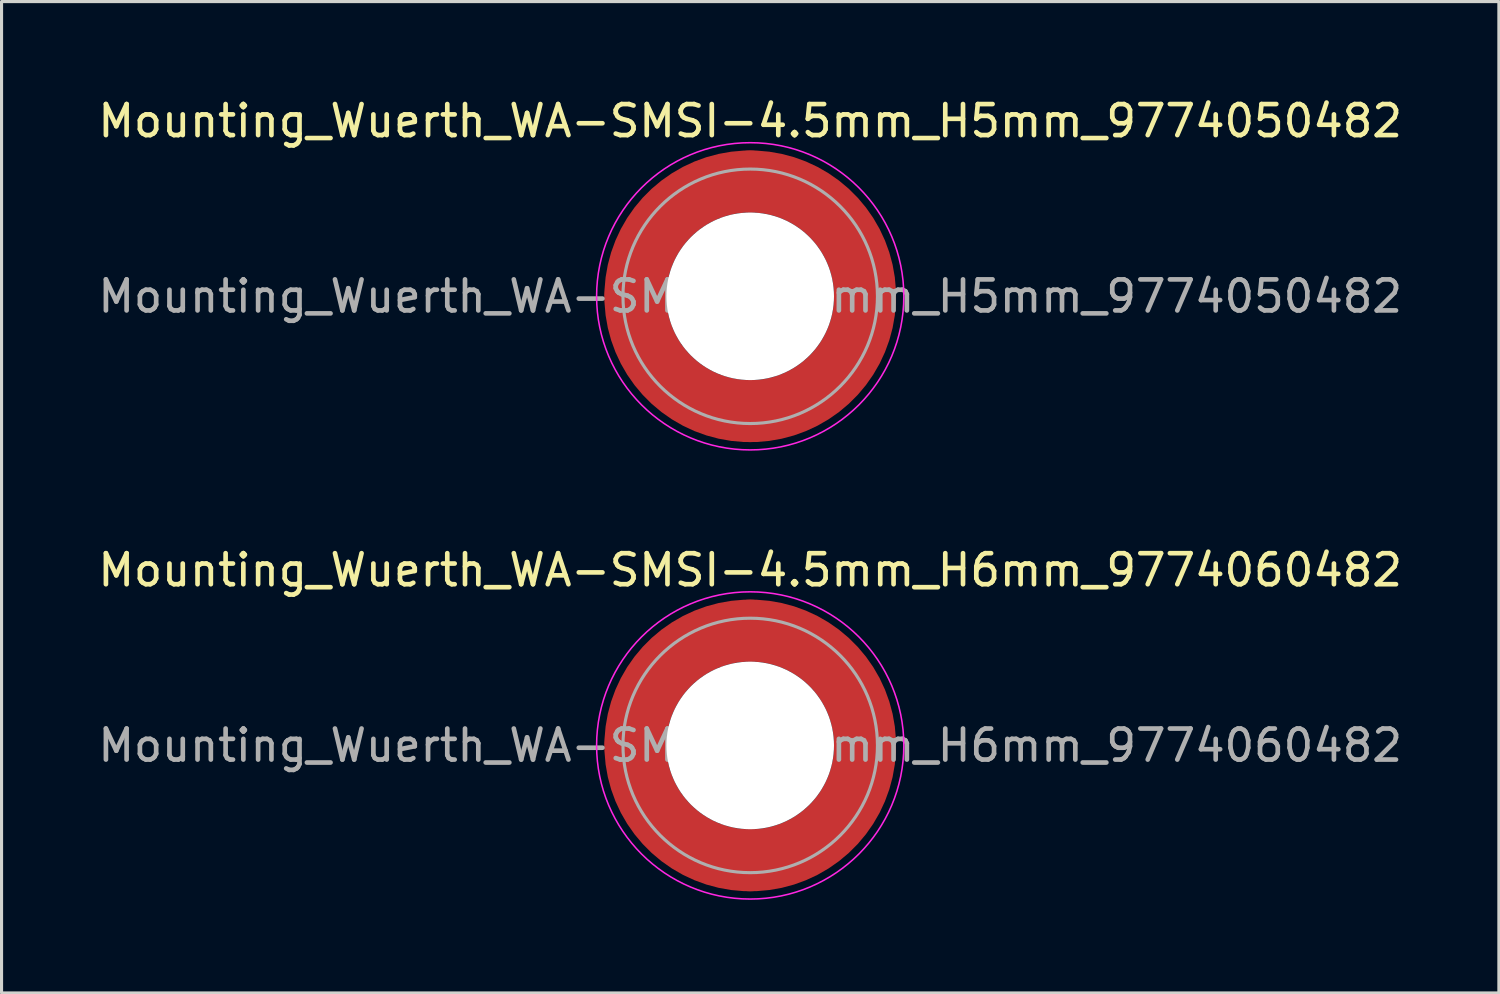
<source format=kicad_pcb>
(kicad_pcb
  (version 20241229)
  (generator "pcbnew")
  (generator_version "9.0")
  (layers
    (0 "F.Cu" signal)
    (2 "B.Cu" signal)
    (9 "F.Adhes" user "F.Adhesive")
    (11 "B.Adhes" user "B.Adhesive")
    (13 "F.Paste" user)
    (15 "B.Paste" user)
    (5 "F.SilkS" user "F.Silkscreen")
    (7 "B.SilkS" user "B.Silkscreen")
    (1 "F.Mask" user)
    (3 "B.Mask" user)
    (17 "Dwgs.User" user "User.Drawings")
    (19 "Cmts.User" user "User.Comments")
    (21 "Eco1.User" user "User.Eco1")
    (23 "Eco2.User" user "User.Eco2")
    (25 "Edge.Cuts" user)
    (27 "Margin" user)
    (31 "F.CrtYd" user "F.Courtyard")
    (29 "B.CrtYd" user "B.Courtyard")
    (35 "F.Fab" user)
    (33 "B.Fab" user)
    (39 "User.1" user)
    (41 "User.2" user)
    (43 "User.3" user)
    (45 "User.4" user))
  (footprint "Mounting_Wuerth_WA-SMSI-4.5mm_H6mm_9774060482"
    (layer "F.Cu")
    (at 21.125 20.971)
    (property "Reference" "Mounting_Wuerth_WA-SMSI-4.5mm_H6mm_9774060482" (at 0 -5.65 0) (layer "F.SilkS") (effects (font (size 1 1) (thickness 0.15))))
    (attr smd)
    (fp_circle (center 0 0) (end 4.95 0) (stroke (width 0.05) (type solid)) (fill no) (layer "F.CrtYd"))
    (fp_circle (center 0 0) (end 4.1 0) (stroke (width 0.1) (type solid)) (fill no) (layer "F.Fab"))
    (fp_text user "${REFERENCE}" (at 0 0 0) (layer "F.Fab") (effects (font (size 1 1) (thickness 0.15))))
    (pad "" smd custom (at -2.607 -2.607) (size 0.948 0.948) (layers "F.Paste") (options (anchor circle)) (primitives (gr_arc (start -0.188183 2.107456) (mid 0.599273 0.599273) (end 2.107456 -0.188183) (width 0.2)) (gr_arc (start -0.289416 2.107456) (mid 0.52877 0.52877) (end 2.107456 -0.289416) (width 0.2)) (gr_arc (start -0.390547 2.107456) (mid 0.458268 0.458268) (end 2.107456 -0.390547) (width 0.2)) (gr_arc (start -0.491585 2.107456) (mid 0.387765 0.387765) (end 2.107456 -0.491585) (width 0.2)) (gr_arc (start -0.59254 2.107456) (mid 0.317262 0.317262) (end 2.107456 -0.59254) (width 0.2)) (gr_arc (start -0.693419 2.107456) (mid 0.24676 0.24676) (end 2.107456 -0.693419) (width 0.2)) (gr_arc (start -0.794229 2.107456) (mid 0.176257 0.176257) (end 2.107456 -0.794229) (width 0.2)) (gr_arc (start -0.894975 2.107456) (mid 0.105754 0.105754) (end 2.107456 -0.894975) (width 0.2)) (gr_arc (start -0.995664 2.107456) (mid 0.035251 0.035251) (end 2.107456 -0.995664) (width 0.2)) (gr_arc (start -1.0963 2.107456) (mid -0.035252 -0.035252) (end 2.107456 -1.0963) (width 0.2)) (gr_arc (start -1.196886 2.107456) (mid -0.105754 -0.105754) (end 2.107456 -1.196886) (width 0.2)) (gr_arc (start -1.297427 2.107456) (mid -0.176257 -0.176257) (end 2.107456 -1.297427) (width 0.2)) (gr_arc (start -1.397927 2.107456) (mid -0.24676 -0.24676) (end 2.107456 -1.397927) (width 0.2)) (gr_arc (start -1.498388 2.107456) (mid -0.317262 -0.317262) (end 2.107456 -1.498388) (width 0.2)) (gr_arc (start -1.598813 2.107456) (mid -0.387765 -0.387765) (end 2.107456 -1.598813) (width 0.2)) (gr_arc (start -1.699204 2.107456) (mid -0.458267 -0.458267) (end 2.107456 -1.699204) (width 0.2)) (gr_arc (start -1.799565 2.107456) (mid -0.528771 -0.528771) (end 2.107456 -1.799565) (width 0.2)) (gr_arc (start -1.899896 2.107456) (mid -0.599273 -0.599273) (end 2.107456 -1.899896) (width 0.2)) (gr_arc (start -1.899896 2.107456) (mid -0.599273 -0.599273) (end 2.107456 -1.899896) (width 0.2)) (gr_line (start 2.107 -0.188) (end 2.107 -1.9) (width 0.2)) (gr_line (start -0.188 2.107) (end -1.9 2.107) (width 0.2))))
    (pad "" smd custom (at -2.607 2.607) (size 0.948 0.948) (layers "F.Paste") (options (anchor circle)) (primitives (gr_arc (start 2.107456 0.188183) (mid 0.599273 -0.599273) (end -0.188183 -2.107456) (width 0.2)) (gr_arc (start 2.107456 0.289416) (mid 0.52877 -0.52877) (end -0.289416 -2.107456) (width 0.2)) (gr_arc (start 2.107456 0.390547) (mid 0.458268 -0.458268) (end -0.390547 -2.107456) (width 0.2)) (gr_arc (start 2.107456 0.491585) (mid 0.387765 -0.387765) (end -0.491585 -2.107456) (width 0.2)) (gr_arc (start 2.107456 0.59254) (mid 0.317262 -0.317262) (end -0.59254 -2.107456) (width 0.2)) (gr_arc (start 2.107456 0.693419) (mid 0.24676 -0.24676) (end -0.693419 -2.107456) (width 0.2)) (gr_arc (start 2.107456 0.794229) (mid 0.176257 -0.176257) (end -0.794229 -2.107456) (width 0.2)) (gr_arc (start 2.107456 0.894975) (mid 0.105754 -0.105754) (end -0.894975 -2.107456) (width 0.2)) (gr_arc (start 2.107456 0.995664) (mid 0.035251 -0.035251) (end -0.995664 -2.107456) (width 0.2)) (gr_arc (start 2.107456 1.0963) (mid -0.035252 0.035252) (end -1.0963 -2.107456) (width 0.2)) (gr_arc (start 2.107456 1.196886) (mid -0.105754 0.105754) (end -1.196886 -2.107456) (width 0.2)) (gr_arc (start 2.107456 1.297427) (mid -0.176257 0.176257) (end -1.297427 -2.107456) (width 0.2)) (gr_arc (start 2.107456 1.397927) (mid -0.24676 0.24676) (end -1.397927 -2.107456) (width 0.2)) (gr_arc (start 2.107456 1.498388) (mid -0.317262 0.317262) (end -1.498388 -2.107456) (width 0.2)) (gr_arc (start 2.107456 1.598813) (mid -0.387765 0.387765) (end -1.598813 -2.107456) (width 0.2)) (gr_arc (start 2.107456 1.699204) (mid -0.458267 0.458267) (end -1.699204 -2.107456) (width 0.2)) (gr_arc (start 2.107456 1.799565) (mid -0.528771 0.528771) (end -1.799565 -2.107456) (width 0.2)) (gr_arc (start 2.107456 1.899896) (mid -0.599273 0.599273) (end -1.899896 -2.107456) (width 0.2)) (gr_arc (start 2.107456 1.899896) (mid -0.599273 0.599273) (end -1.899896 -2.107456) (width 0.2)) (gr_line (start -0.188 -2.107) (end -1.9 -2.107) (width 0.2)) (gr_line (start 2.107 0.188) (end 2.107 1.9) (width 0.2))))
    (pad "" np_thru_hole circle (at 0 0) (size 5.4 5.4) (drill 5.4) (layers "*.Cu" "*.Mask"))
    (pad "" smd custom (at 2.607 -2.607) (size 0.948 0.948) (layers "F.Paste") (options (anchor circle)) (primitives (gr_arc (start -2.107456 -0.188183) (mid -0.599273 0.599273) (end 0.188183 2.107456) (width 0.2)) (gr_arc (start -2.107456 -0.289416) (mid -0.52877 0.52877) (end 0.289416 2.107456) (width 0.2)) (gr_arc (start -2.107456 -0.390547) (mid -0.458268 0.458268) (end 0.390547 2.107456) (width 0.2)) (gr_arc (start -2.107456 -0.491585) (mid -0.387765 0.387765) (end 0.491585 2.107456) (width 0.2)) (gr_arc (start -2.107456 -0.59254) (mid -0.317262 0.317262) (end 0.59254 2.107456) (width 0.2)) (gr_arc (start -2.107456 -0.693419) (mid -0.24676 0.24676) (end 0.693419 2.107456) (width 0.2)) (gr_arc (start -2.107456 -0.794229) (mid -0.176257 0.176257) (end 0.794229 2.107456) (width 0.2)) (gr_arc (start -2.107456 -0.894975) (mid -0.105754 0.105754) (end 0.894975 2.107456) (width 0.2)) (gr_arc (start -2.107456 -0.995664) (mid -0.035251 0.035251) (end 0.995664 2.107456) (width 0.2)) (gr_arc (start -2.107456 -1.0963) (mid 0.035252 -0.035252) (end 1.0963 2.107456) (width 0.2)) (gr_arc (start -2.107456 -1.196886) (mid 0.105754 -0.105754) (end 1.196886 2.107456) (width 0.2)) (gr_arc (start -2.107456 -1.297427) (mid 0.176257 -0.176257) (end 1.297427 2.107456) (width 0.2)) (gr_arc (start -2.107456 -1.397927) (mid 0.24676 -0.24676) (end 1.397927 2.107456) (width 0.2)) (gr_arc (start -2.107456 -1.498388) (mid 0.317262 -0.317262) (end 1.498388 2.107456) (width 0.2)) (gr_arc (start -2.107456 -1.598813) (mid 0.387765 -0.387765) (end 1.598813 2.107456) (width 0.2)) (gr_arc (start -2.107456 -1.699204) (mid 0.458267 -0.458267) (end 1.699204 2.107456) (width 0.2)) (gr_arc (start -2.107456 -1.799565) (mid 0.528771 -0.528771) (end 1.799565 2.107456) (width 0.2)) (gr_arc (start -2.107456 -1.899896) (mid 0.599273 -0.599273) (end 1.899896 2.107456) (width 0.2)) (gr_arc (start -2.107456 -1.899896) (mid 0.599273 -0.599273) (end 1.899896 2.107456) (width 0.2)) (gr_line (start 0.188 2.107) (end 1.9 2.107) (width 0.2)) (gr_line (start -2.107 -0.188) (end -2.107 -1.9) (width 0.2))))
    (pad "" smd custom (at 2.607 2.607) (size 0.948 0.948) (layers "F.Paste") (options (anchor circle)) (primitives (gr_arc (start 0.188183 -2.107456) (mid -0.599273 -0.599273) (end -2.107456 0.188183) (width 0.2)) (gr_arc (start 0.289416 -2.107456) (mid -0.52877 -0.52877) (end -2.107456 0.289416) (width 0.2)) (gr_arc (start 0.390547 -2.107456) (mid -0.458268 -0.458268) (end -2.107456 0.390547) (width 0.2)) (gr_arc (start 0.491585 -2.107456) (mid -0.387765 -0.387765) (end -2.107456 0.491585) (width 0.2)) (gr_arc (start 0.59254 -2.107456) (mid -0.317262 -0.317262) (end -2.107456 0.59254) (width 0.2)) (gr_arc (start 0.693419 -2.107456) (mid -0.24676 -0.24676) (end -2.107456 0.693419) (width 0.2)) (gr_arc (start 0.794229 -2.107456) (mid -0.176257 -0.176257) (end -2.107456 0.794229) (width 0.2)) (gr_arc (start 0.894975 -2.107456) (mid -0.105754 -0.105754) (end -2.107456 0.894975) (width 0.2)) (gr_arc (start 0.995664 -2.107456) (mid -0.035251 -0.035251) (end -2.107456 0.995664) (width 0.2)) (gr_arc (start 1.0963 -2.107456) (mid 0.035252 0.035252) (end -2.107456 1.0963) (width 0.2)) (gr_arc (start 1.196886 -2.107456) (mid 0.105754 0.105754) (end -2.107456 1.196886) (width 0.2)) (gr_arc (start 1.297427 -2.107456) (mid 0.176257 0.176257) (end -2.107456 1.297427) (width 0.2)) (gr_arc (start 1.397927 -2.107456) (mid 0.24676 0.24676) (end -2.107456 1.397927) (width 0.2)) (gr_arc (start 1.498388 -2.107456) (mid 0.317262 0.317262) (end -2.107456 1.498388) (width 0.2)) (gr_arc (start 1.598813 -2.107456) (mid 0.387765 0.387765) (end -2.107456 1.598813) (width 0.2)) (gr_arc (start 1.699204 -2.107456) (mid 0.458267 0.458267) (end -2.107456 1.699204) (width 0.2)) (gr_arc (start 1.799565 -2.107456) (mid 0.528771 0.528771) (end -2.107456 1.799565) (width 0.2)) (gr_arc (start 1.899896 -2.107456) (mid 0.599273 0.599273) (end -2.107456 1.899896) (width 0.2)) (gr_arc (start 1.899896 -2.107456) (mid 0.599273 0.599273) (end -2.107456 1.899896) (width 0.2)) (gr_line (start -2.107 0.188) (end -2.107 1.9) (width 0.2)) (gr_line (start 0.188 -2.107) (end 1.9 -2.107) (width 0.2))))
    (pad "1" smd circle (at -3.7 0) (size 2 2) (layers "F.Cu"))
    (pad "1" smd circle (at 0 -3.7) (size 2 2) (layers "F.Cu"))
    (pad "1" smd circle (at 0 3.7) (size 2 2) (layers "F.Cu"))
    (pad "1" smd custom (at 3.7 0) (size 2 2) (layers "F.Cu" "F.Mask") (options (anchor circle)) (primitives (gr_circle (center -3.7 0) (end 0 0) (width 2) (fill no)))))
  (footprint "Mounting_Wuerth_WA-SMSI-4.5mm_H5mm_9774050482"
    (layer "F.Cu")
    (at 21.125 6.498)
    (property "Reference" "Mounting_Wuerth_WA-SMSI-4.5mm_H5mm_9774050482" (at 0 -5.65 0) (layer "F.SilkS") (effects (font (size 1 1) (thickness 0.15))))
    (attr smd)
    (fp_circle (center 0 0) (end 4.95 0) (stroke (width 0.05) (type solid)) (fill no) (layer "F.CrtYd"))
    (fp_circle (center 0 0) (end 4.1 0) (stroke (width 0.1) (type solid)) (fill no) (layer "F.Fab"))
    (fp_text user "${REFERENCE}" (at 0 0 0) (layer "F.Fab") (effects (font (size 1 1) (thickness 0.15))))
    (pad "" smd custom (at -2.607 -2.607) (size 1.895 1.895) (layers "F.Paste") (options (anchor circle)) (primitives (gr_arc (start -0.485237 1.733706) (mid 0.334992 0.334992) (end 1.733706 -0.485237) (width 0.9475)) (gr_arc (start -0.975031 1.733706) (mid 0 0) (end 1.733706 -0.975031) (width 0.9475)) (gr_arc (start -1.461028 1.733706) (mid -0.334992 -0.334992) (end 1.733706 -1.461028) (width 0.9475)) (gr_line (start 1.734 -0.485) (end 1.734 -1.461) (width 0.948)) (gr_line (start -0.485 1.734) (end -1.461 1.734) (width 0.948))))
    (pad "" smd custom (at -2.607 2.607) (size 1.895 1.895) (layers "F.Paste") (options (anchor circle)) (primitives (gr_arc (start 1.733706 0.485237) (mid 0.334992 -0.334992) (end -0.485237 -1.733706) (width 0.9475)) (gr_arc (start 1.733706 0.975031) (mid 0 0) (end -0.975031 -1.733706) (width 0.9475)) (gr_arc (start 1.733706 1.461028) (mid -0.334992 0.334992) (end -1.461028 -1.733706) (width 0.9475)) (gr_line (start -0.485 -1.734) (end -1.461 -1.734) (width 0.948)) (gr_line (start 1.734 0.485) (end 1.734 1.461) (width 0.948))))
    (pad "" np_thru_hole circle (at 0 0) (size 5.4 5.4) (drill 5.4) (layers "*.Cu" "*.Mask"))
    (pad "" smd custom (at 2.607 -2.607) (size 1.895 1.895) (layers "F.Paste") (options (anchor circle)) (primitives (gr_arc (start -1.733706 -0.485237) (mid -0.334992 0.334992) (end 0.485237 1.733706) (width 0.9475)) (gr_arc (start -1.733706 -0.975031) (mid 0 0) (end 0.975031 1.733706) (width 0.9475)) (gr_arc (start -1.733706 -1.461028) (mid 0.334992 -0.334992) (end 1.461028 1.733706) (width 0.9475)) (gr_line (start 0.485 1.734) (end 1.461 1.734) (width 0.948)) (gr_line (start -1.734 -0.485) (end -1.734 -1.461) (width 0.948))))
    (pad "" smd custom (at 2.607 2.607) (size 1.895 1.895) (layers "F.Paste") (options (anchor circle)) (primitives (gr_arc (start 0.485237 -1.733706) (mid -0.334992 -0.334992) (end -1.733706 0.485237) (width 0.9475)) (gr_arc (start 0.975031 -1.733706) (mid 0 0) (end -1.733706 0.975031) (width 0.9475)) (gr_arc (start 1.461028 -1.733706) (mid 0.334992 0.334992) (end -1.733706 1.461028) (width 0.9475)) (gr_line (start -1.734 0.485) (end -1.734 1.461) (width 0.948)) (gr_line (start 0.485 -1.734) (end 1.461 -1.734) (width 0.948))))
    (pad "1" smd circle (at -3.7 0) (size 2 2) (layers "F.Cu"))
    (pad "1" smd circle (at 0 -3.7) (size 2 2) (layers "F.Cu"))
    (pad "1" smd circle (at 0 3.7) (size 2 2) (layers "F.Cu"))
    (pad "1" smd custom (at 3.7 0) (size 2 2) (layers "F.Cu" "F.Mask") (options (anchor circle)) (primitives (gr_circle (center -3.7 0) (end 0 0) (width 2) (fill no)))))
  (gr_rect
    (start -3 -3)
    (end 45.25 28.947)
    (stroke (width 0.1) (type default))
    (fill no)
    (layer "Edge.Cuts")))
</source>
